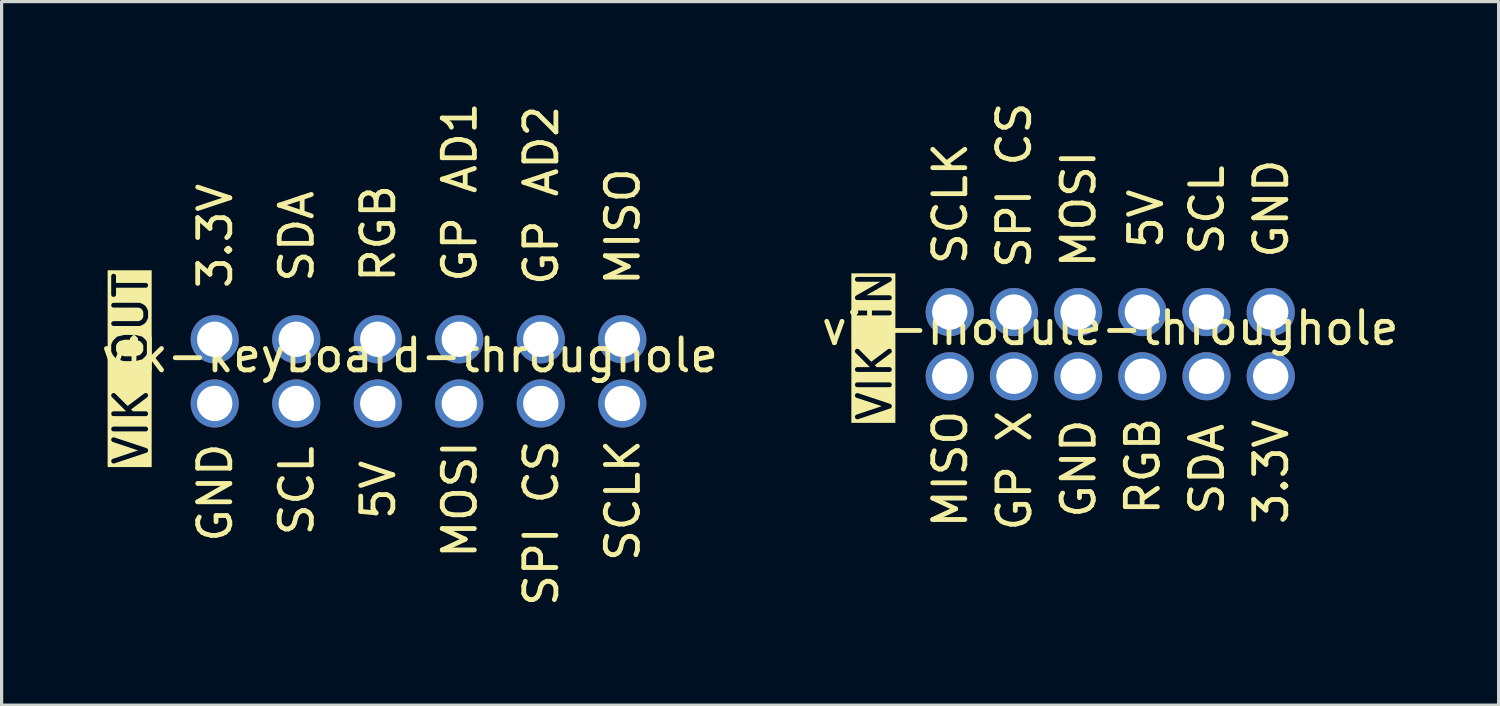
<source format=kicad_pcb>
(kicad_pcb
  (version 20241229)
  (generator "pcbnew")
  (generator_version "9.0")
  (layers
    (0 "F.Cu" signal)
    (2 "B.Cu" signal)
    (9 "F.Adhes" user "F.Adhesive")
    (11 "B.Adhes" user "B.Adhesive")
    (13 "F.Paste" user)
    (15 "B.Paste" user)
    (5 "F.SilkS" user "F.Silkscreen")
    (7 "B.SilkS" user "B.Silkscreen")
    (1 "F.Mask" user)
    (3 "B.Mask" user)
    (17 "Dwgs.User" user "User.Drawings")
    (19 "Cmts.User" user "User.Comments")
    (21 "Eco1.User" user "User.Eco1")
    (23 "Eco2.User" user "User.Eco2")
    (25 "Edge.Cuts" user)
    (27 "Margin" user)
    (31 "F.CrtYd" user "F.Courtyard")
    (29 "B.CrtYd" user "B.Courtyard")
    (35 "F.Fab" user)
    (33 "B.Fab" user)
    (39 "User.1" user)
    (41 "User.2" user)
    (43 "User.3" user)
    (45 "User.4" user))
  (footprint "vik-keyboard-throughole"
    (layer "F.Cu")
    (at 8.64 8.521)
    (property "Reference" "vik-keyboard-throughole" (at 1.08 -0.5 0) (unlocked yes) (layer "F.SilkS") (effects (font (size 1 1) (thickness 0.15))))
    (attr smd)
    (fp_text user "SCL" (at -1.86 5.2 90) (unlocked yes) (layer "F.SilkS") (effects (font (size 1 1) (thickness 0.15)) (justify left bottom)))
    (fp_text user "VIK OUT" (at -7.02 2.99 90) (unlocked yes) (layer "F.SilkS" knockout) (effects (font (size 1 1) (thickness 0.15)) (justify left bottom)))
    (fp_text user "MISO" (at 8.3 -2.6 90) (unlocked yes) (layer "F.SilkS") (effects (font (size 1 1) (thickness 0.15)) (justify left bottom)))
    (fp_text user "5V" (at 0.68 4.7 90) (unlocked yes) (layer "F.SilkS") (effects (font (size 1 1) (thickness 0.15)) (justify left bottom)))
    (fp_text user "MOSI" (at 3.22 5.9 90) (unlocked yes) (layer "F.SilkS") (effects (font (size 1 1) (thickness 0.15)) (justify left bottom)))
    (fp_text user "SDA" (at -1.86 -2.7 90) (unlocked yes) (layer "F.SilkS") (effects (font (size 1 1) (thickness 0.15)) (justify left bottom)))
    (fp_text user "RGB" (at 0.68 -2.7 90) (unlocked yes) (layer "F.SilkS") (effects (font (size 1 1) (thickness 0.15)) (justify left bottom)))
    (fp_text user "GND" (at -4.4 5.4 90) (unlocked yes) (layer "F.SilkS") (effects (font (size 1 1) (thickness 0.15)) (justify left bottom)))
    (fp_text user "SCLK" (at 8.3 6 90) (unlocked yes) (layer "F.SilkS") (effects (font (size 1 1) (thickness 0.15)) (justify left bottom)))
    (fp_text user "3.3V" (at -4.4 -2.5 90) (unlocked yes) (layer "F.SilkS") (effects (font (size 1 1) (thickness 0.15)) (justify left bottom)))
    (fp_text user "SPI CS" (at 5.76 7.4 90) (unlocked yes) (layer "F.SilkS") (effects (font (size 1 1) (thickness 0.15)) (justify left bottom)))
    (fp_text user "GP AD2" (at 5.76 -2.6 90) (unlocked yes) (layer "F.SilkS") (effects (font (size 1 1) (thickness 0.15)) (justify left bottom)))
    (fp_text user "GP AD1" (at 3.22 -2.7 90) (unlocked yes) (layer "F.SilkS") (effects (font (size 1 1) (thickness 0.15)) (justify left bottom)))
    (pad "1" thru_hole circle (at -5 -1) (size 1.5 1.5) (drill 1.1) (layers "*.Cu" "*.Mask"))
    (pad "2" thru_hole circle (at -5 1) (size 1.5 1.5) (drill 1.1) (layers "*.Cu" "*.Mask"))
    (pad "3" thru_hole circle (at -2.46 -1) (size 1.5 1.5) (drill 1.1) (layers "*.Cu" "*.Mask"))
    (pad "4" thru_hole circle (at -2.46 1) (size 1.5 1.5) (drill 1.1) (layers "*.Cu" "*.Mask"))
    (pad "5" thru_hole circle (at 0.08 -1) (size 1.5 1.5) (drill 1.1) (layers "*.Cu" "*.Mask"))
    (pad "6" thru_hole circle (at 0.08 1) (size 1.5 1.5) (drill 1.1) (layers "*.Cu" "*.Mask"))
    (pad "7" thru_hole circle (at 2.62 -1) (size 1.5 1.5) (drill 1.1) (layers "*.Cu" "*.Mask"))
    (pad "8" thru_hole circle (at 2.62 1) (size 1.5 1.5) (drill 1.1) (layers "*.Cu" "*.Mask"))
    (pad "9" thru_hole circle (at 5.16 -1) (size 1.5 1.5) (drill 1.1) (layers "*.Cu" "*.Mask"))
    (pad "10" thru_hole circle (at 5.16 1) (size 1.5 1.5) (drill 1.1) (layers "*.Cu" "*.Mask"))
    (pad "11" thru_hole circle (at 7.7 -1) (size 1.5 1.5) (drill 1.1) (layers "*.Cu" "*.Mask"))
    (pad "12" thru_hole circle (at 7.7 1) (size 1.5 1.5) (drill 1.1) (layers "*.Cu" "*.Mask")))
  (footprint "vik-module-throughole"
    (layer "F.Cu")
    (at 31.542 7.673)
    (property "Reference" "vik-module-throughole" (at 0 -0.5 0) (unlocked yes) (layer "F.SilkS") (effects (font (size 1 1) (thickness 0.15))))
    (attr smd)
    (fp_text user "3.3V" (at 5.6 5.7 90) (unlocked yes) (layer "F.SilkS") (effects (font (size 1 1) (thickness 0.15)) (justify left bottom)))
    (fp_text user "5V" (at 1.7 -2.9 90) (unlocked yes) (layer "F.SilkS") (effects (font (size 1 1) (thickness 0.15)) (justify left bottom)))
    (fp_text user "GND" (at 5.6 -2.6 90) (unlocked yes) (layer "F.SilkS") (effects (font (size 1 1) (thickness 0.15)) (justify left bottom)))
    (fp_text user "SDA" (at 3.6 5.4 90) (unlocked yes) (layer "F.SilkS") (effects (font (size 1 1) (thickness 0.15)) (justify left bottom)))
    (fp_text user "SCL" (at 3.6 -2.7 90) (unlocked yes) (layer "F.SilkS") (effects (font (size 1 1) (thickness 0.15)) (justify left bottom)))
    (fp_text user "MOSI" (at -0.4 -2.3 90) (unlocked yes) (layer "F.SilkS") (effects (font (size 1 1) (thickness 0.15)) (justify left bottom)))
    (fp_text user "GND" (at -0.4 5.5 90) (unlocked yes) (layer "F.SilkS") (effects (font (size 1 1) (thickness 0.15)) (justify left bottom)))
    (fp_text user "RGB" (at 1.6 5.4 90) (unlocked yes) (layer "F.SilkS") (effects (font (size 1 1) (thickness 0.15)) (justify left bottom)))
    (fp_text user "VIK IN" (at -6.75 2.46 90) (unlocked yes) (layer "F.SilkS" knockout) (effects (font (size 1 1) (thickness 0.15)) (justify left bottom)))
    (fp_text user "GP X" (at -2.4 5.9 90) (unlocked yes) (layer "F.SilkS") (effects (font (size 1 1) (thickness 0.15)) (justify left bottom)))
    (fp_text user "SCLK" (at -4.4 -2.4 90) (unlocked yes) (layer "F.SilkS") (effects (font (size 1 1) (thickness 0.15)) (justify left bottom)))
    (fp_text user "MISO" (at -4.4 5.8 90) (unlocked yes) (layer "F.SilkS") (effects (font (size 1 1) (thickness 0.15)) (justify left bottom)))
    (fp_text user "SPI CS" (at -2.41 -2.28 90) (unlocked yes) (layer "F.SilkS") (effects (font (size 1 1) (thickness 0.15)) (justify left bottom)))
    (pad "1" thru_hole circle (at 5 1) (size 1.5 1.5) (drill 1.1) (layers "*.Cu" "*.Mask"))
    (pad "2" thru_hole circle (at 5 -1) (size 1.5 1.5) (drill 1.1) (layers "*.Cu" "*.Mask"))
    (pad "3" thru_hole circle (at 3 1) (size 1.5 1.5) (drill 1.1) (layers "*.Cu" "*.Mask"))
    (pad "4" thru_hole circle (at 3 -1) (size 1.5 1.5) (drill 1.1) (layers "*.Cu" "*.Mask"))
    (pad "5" thru_hole circle (at 1 1) (size 1.5 1.5) (drill 1.1) (layers "*.Cu" "*.Mask"))
    (pad "6" thru_hole circle (at 1 -1) (size 1.5 1.5) (drill 1.1) (layers "*.Cu" "*.Mask"))
    (pad "7" thru_hole circle (at -1 1) (size 1.5 1.5) (drill 1.1) (layers "*.Cu" "*.Mask"))
    (pad "8" thru_hole circle (at -1 -1) (size 1.5 1.5) (drill 1.1) (layers "*.Cu" "*.Mask"))
    (pad "9" thru_hole circle (at -3 1) (size 1.5 1.5) (drill 1.1) (layers "*.Cu" "*.Mask"))
    (pad "10" thru_hole circle (at -3 -1) (size 1.5 1.5) (drill 1.1) (layers "*.Cu" "*.Mask"))
    (pad "11" thru_hole circle (at -5 1) (size 1.5 1.5) (drill 1.1) (layers "*.Cu" "*.Mask"))
    (pad "12" thru_hole circle (at -5 -1) (size 1.5 1.5) (drill 1.1) (layers "*.Cu" "*.Mask")))
  (gr_rect
    (start -3 -3)
    (end 43.643 18.921)
    (stroke (width 0.1) (type default))
    (fill no)
    (layer "Edge.Cuts")))
</source>
